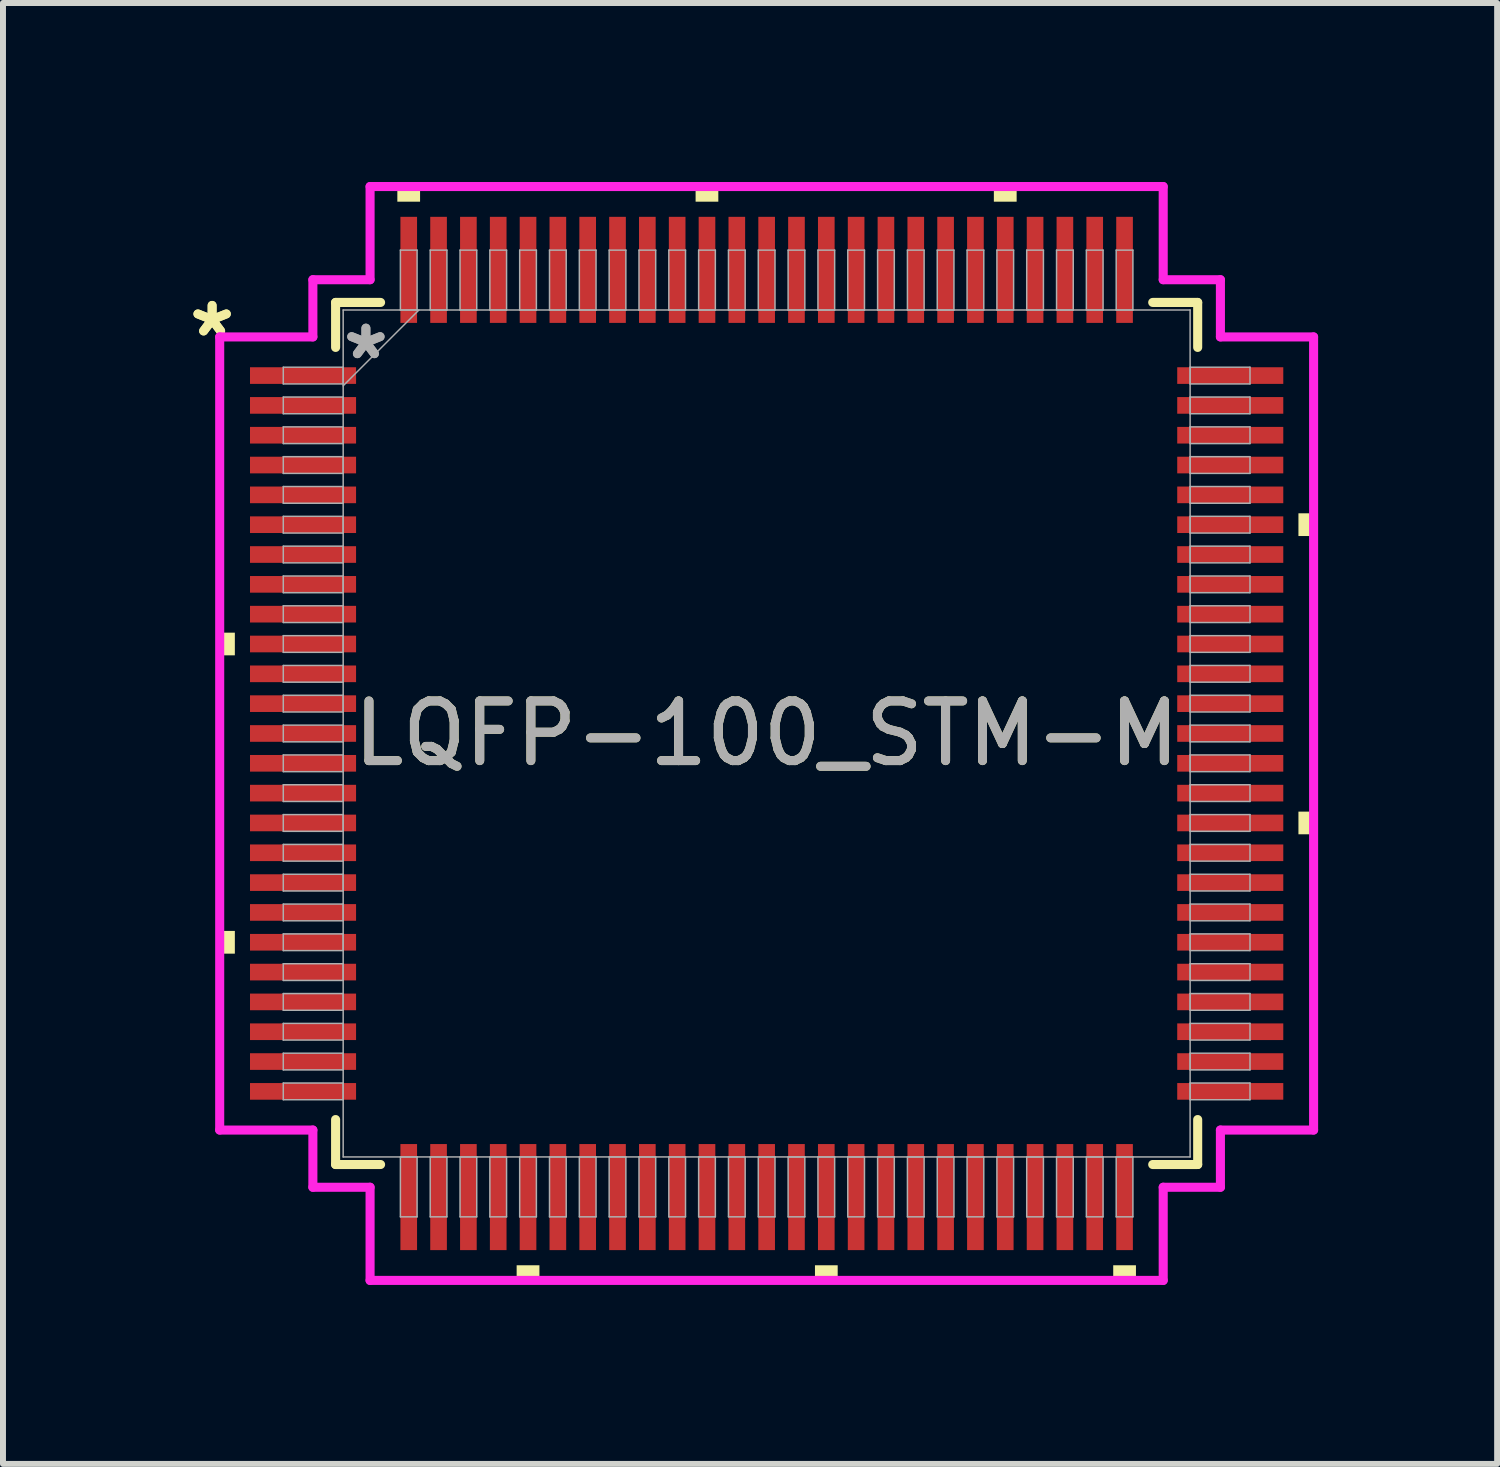
<source format=kicad_pcb>
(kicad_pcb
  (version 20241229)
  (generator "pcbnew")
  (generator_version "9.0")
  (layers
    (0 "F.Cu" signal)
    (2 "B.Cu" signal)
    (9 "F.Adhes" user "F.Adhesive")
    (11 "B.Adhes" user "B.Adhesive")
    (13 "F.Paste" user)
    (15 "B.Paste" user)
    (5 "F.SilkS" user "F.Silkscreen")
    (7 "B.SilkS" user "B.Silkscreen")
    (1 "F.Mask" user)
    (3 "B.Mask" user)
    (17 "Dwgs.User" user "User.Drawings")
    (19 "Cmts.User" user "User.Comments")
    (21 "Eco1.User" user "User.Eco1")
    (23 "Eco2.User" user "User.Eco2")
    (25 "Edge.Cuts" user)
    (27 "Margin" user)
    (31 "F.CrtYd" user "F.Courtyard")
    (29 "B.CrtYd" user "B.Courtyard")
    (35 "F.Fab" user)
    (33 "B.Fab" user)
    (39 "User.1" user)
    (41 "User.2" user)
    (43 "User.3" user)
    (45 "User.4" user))
  (footprint "LQFP-100_STM-M"
    (layer "F.Cu")
    (at 9.802 9.246)
    (property "Reference" "LQFP-100_STM-M" (at 0 0 0) (unlocked yes) (layer "F.SilkS") (effects (font (size 1 1) (thickness 0.15))))
    (attr smd)
    (fp_line (start -7.226 -7.226) (end -7.226 -6.472) (stroke (width 0.152) (type solid)) (layer "F.SilkS"))
    (fp_line (start -7.226 6.472) (end -7.226 7.226) (stroke (width 0.152) (type solid)) (layer "F.SilkS"))
    (fp_line (start -7.226 7.226) (end -6.472 7.226) (stroke (width 0.152) (type solid)) (layer "F.SilkS"))
    (fp_line (start -6.472 -7.226) (end -7.226 -7.226) (stroke (width 0.152) (type solid)) (layer "F.SilkS"))
    (fp_line (start 6.472 7.226) (end 7.226 7.226) (stroke (width 0.152) (type solid)) (layer "F.SilkS"))
    (fp_line (start 7.226 -7.226) (end 6.472 -7.226) (stroke (width 0.152) (type solid)) (layer "F.SilkS"))
    (fp_line (start 7.226 -6.472) (end 7.226 -7.226) (stroke (width 0.152) (type solid)) (layer "F.SilkS"))
    (fp_line (start 7.226 7.226) (end 7.226 6.472) (stroke (width 0.152) (type solid)) (layer "F.SilkS"))
    (fp_poly (pts (xy -9.169 -1.69) (xy -9.169 -1.31) (xy -8.915 -1.31) (xy -8.915 -1.69)) (stroke (width 0) (type solid)) (fill yes) (layer "F.SilkS"))
    (fp_poly (pts (xy -9.169 3.31) (xy -9.169 3.691) (xy -8.915 3.691) (xy -8.915 3.31)) (stroke (width 0) (type solid)) (fill yes) (layer "F.SilkS"))
    (fp_poly (pts (xy -6.191 -8.915) (xy -6.191 -9.169) (xy -5.81 -9.169) (xy -5.81 -8.915)) (stroke (width 0) (type solid)) (fill yes) (layer "F.SilkS"))
    (fp_poly (pts (xy -4.191 8.915) (xy -4.191 9.169) (xy -3.809 9.169) (xy -3.809 8.915)) (stroke (width 0) (type solid)) (fill yes) (layer "F.SilkS"))
    (fp_poly (pts (xy -1.191 -8.915) (xy -1.191 -9.169) (xy -0.81 -9.169) (xy -0.81 -8.915)) (stroke (width 0) (type solid)) (fill yes) (layer "F.SilkS"))
    (fp_poly (pts (xy 0.81 8.915) (xy 0.81 9.169) (xy 1.191 9.169) (xy 1.191 8.915)) (stroke (width 0) (type solid)) (fill yes) (layer "F.SilkS"))
    (fp_poly (pts (xy 3.809 -8.915) (xy 3.809 -9.169) (xy 4.191 -9.169) (xy 4.191 -8.915)) (stroke (width 0) (type solid)) (fill yes) (layer "F.SilkS"))
    (fp_poly (pts (xy 5.81 8.915) (xy 5.81 9.169) (xy 6.191 9.169) (xy 6.191 8.915)) (stroke (width 0) (type solid)) (fill yes) (layer "F.SilkS"))
    (fp_poly (pts (xy 9.169 -3.691) (xy 9.169 -3.31) (xy 8.915 -3.31) (xy 8.915 -3.691)) (stroke (width 0) (type solid)) (fill yes) (layer "F.SilkS"))
    (fp_poly (pts (xy 9.169 1.31) (xy 9.169 1.69) (xy 8.915 1.69) (xy 8.915 1.31)) (stroke (width 0) (type solid)) (fill yes) (layer "F.SilkS"))
    (fp_line (start -9.169 -6.648) (end -7.607 -6.648) (stroke (width 0.152) (type solid)) (layer "F.CrtYd"))
    (fp_line (start -9.169 6.648) (end -9.169 -6.648) (stroke (width 0.152) (type solid)) (layer "F.CrtYd"))
    (fp_line (start -7.607 -7.607) (end -6.648 -7.607) (stroke (width 0.152) (type solid)) (layer "F.CrtYd"))
    (fp_line (start -7.607 -6.648) (end -7.607 -7.607) (stroke (width 0.152) (type solid)) (layer "F.CrtYd"))
    (fp_line (start -7.607 6.648) (end -9.169 6.648) (stroke (width 0.152) (type solid)) (layer "F.CrtYd"))
    (fp_line (start -7.607 7.607) (end -7.607 6.648) (stroke (width 0.152) (type solid)) (layer "F.CrtYd"))
    (fp_line (start -7.607 7.607) (end -6.648 7.607) (stroke (width 0.152) (type solid)) (layer "F.CrtYd"))
    (fp_line (start -6.648 -9.169) (end 6.648 -9.169) (stroke (width 0.152) (type solid)) (layer "F.CrtYd"))
    (fp_line (start -6.648 -7.607) (end -6.648 -9.169) (stroke (width 0.152) (type solid)) (layer "F.CrtYd"))
    (fp_line (start -6.648 7.607) (end -6.648 9.169) (stroke (width 0.152) (type solid)) (layer "F.CrtYd"))
    (fp_line (start -6.648 9.169) (end 6.648 9.169) (stroke (width 0.152) (type solid)) (layer "F.CrtYd"))
    (fp_line (start 6.648 -9.169) (end 6.648 -7.607) (stroke (width 0.152) (type solid)) (layer "F.CrtYd"))
    (fp_line (start 6.648 -7.607) (end 7.607 -7.607) (stroke (width 0.152) (type solid)) (layer "F.CrtYd"))
    (fp_line (start 6.648 7.607) (end 7.607 7.607) (stroke (width 0.152) (type solid)) (layer "F.CrtYd"))
    (fp_line (start 6.648 9.169) (end 6.648 7.607) (stroke (width 0.152) (type solid)) (layer "F.CrtYd"))
    (fp_line (start 7.607 -6.648) (end 7.607 -7.607) (stroke (width 0.152) (type solid)) (layer "F.CrtYd"))
    (fp_line (start 7.607 6.648) (end 9.169 6.648) (stroke (width 0.152) (type solid)) (layer "F.CrtYd"))
    (fp_line (start 7.607 7.607) (end 7.607 6.648) (stroke (width 0.152) (type solid)) (layer "F.CrtYd"))
    (fp_line (start 9.169 -6.648) (end 7.607 -6.648) (stroke (width 0.152) (type solid)) (layer "F.CrtYd"))
    (fp_line (start 9.169 6.648) (end 9.169 -6.648) (stroke (width 0.152) (type solid)) (layer "F.CrtYd"))
    (fp_line (start -8.103 -6.14) (end -8.103 -5.86) (stroke (width 0.025) (type solid)) (layer "F.Fab"))
    (fp_line (start -8.103 -5.86) (end -7.099 -5.86) (stroke (width 0.025) (type solid)) (layer "F.Fab"))
    (fp_line (start -8.103 -5.64) (end -8.103 -5.36) (stroke (width 0.025) (type solid)) (layer "F.Fab"))
    (fp_line (start -8.103 -5.36) (end -7.099 -5.36) (stroke (width 0.025) (type solid)) (layer "F.Fab"))
    (fp_line (start -8.103 -5.14) (end -8.103 -4.86) (stroke (width 0.025) (type solid)) (layer "F.Fab"))
    (fp_line (start -8.103 -4.86) (end -7.099 -4.86) (stroke (width 0.025) (type solid)) (layer "F.Fab"))
    (fp_line (start -8.103 -4.64) (end -8.103 -4.36) (stroke (width 0.025) (type solid)) (layer "F.Fab"))
    (fp_line (start -8.103 -4.36) (end -7.099 -4.36) (stroke (width 0.025) (type solid)) (layer "F.Fab"))
    (fp_line (start -8.103 -4.14) (end -8.103 -3.86) (stroke (width 0.025) (type solid)) (layer "F.Fab"))
    (fp_line (start -8.103 -3.86) (end -7.099 -3.86) (stroke (width 0.025) (type solid)) (layer "F.Fab"))
    (fp_line (start -8.103 -3.64) (end -8.103 -3.36) (stroke (width 0.025) (type solid)) (layer "F.Fab"))
    (fp_line (start -8.103 -3.36) (end -7.099 -3.36) (stroke (width 0.025) (type solid)) (layer "F.Fab"))
    (fp_line (start -8.103 -3.14) (end -8.103 -2.86) (stroke (width 0.025) (type solid)) (layer "F.Fab"))
    (fp_line (start -8.103 -2.86) (end -7.099 -2.86) (stroke (width 0.025) (type solid)) (layer "F.Fab"))
    (fp_line (start -8.103 -2.64) (end -8.103 -2.36) (stroke (width 0.025) (type solid)) (layer "F.Fab"))
    (fp_line (start -8.103 -2.36) (end -7.099 -2.36) (stroke (width 0.025) (type solid)) (layer "F.Fab"))
    (fp_line (start -8.103 -2.14) (end -8.103 -1.86) (stroke (width 0.025) (type solid)) (layer "F.Fab"))
    (fp_line (start -8.103 -1.86) (end -7.099 -1.86) (stroke (width 0.025) (type solid)) (layer "F.Fab"))
    (fp_line (start -8.103 -1.64) (end -8.103 -1.36) (stroke (width 0.025) (type solid)) (layer "F.Fab"))
    (fp_line (start -8.103 -1.36) (end -7.099 -1.36) (stroke (width 0.025) (type solid)) (layer "F.Fab"))
    (fp_line (start -8.103 -1.14) (end -8.103 -0.86) (stroke (width 0.025) (type solid)) (layer "F.Fab"))
    (fp_line (start -8.103 -0.86) (end -7.099 -0.86) (stroke (width 0.025) (type solid)) (layer "F.Fab"))
    (fp_line (start -8.103 -0.64) (end -8.103 -0.36) (stroke (width 0.025) (type solid)) (layer "F.Fab"))
    (fp_line (start -8.103 -0.36) (end -7.099 -0.36) (stroke (width 0.025) (type solid)) (layer "F.Fab"))
    (fp_line (start -8.103 -0.14) (end -8.103 0.14) (stroke (width 0.025) (type solid)) (layer "F.Fab"))
    (fp_line (start -8.103 0.14) (end -7.099 0.14) (stroke (width 0.025) (type solid)) (layer "F.Fab"))
    (fp_line (start -8.103 0.36) (end -8.103 0.64) (stroke (width 0.025) (type solid)) (layer "F.Fab"))
    (fp_line (start -8.103 0.64) (end -7.099 0.64) (stroke (width 0.025) (type solid)) (layer "F.Fab"))
    (fp_line (start -8.103 0.86) (end -8.103 1.14) (stroke (width 0.025) (type solid)) (layer "F.Fab"))
    (fp_line (start -8.103 1.14) (end -7.099 1.14) (stroke (width 0.025) (type solid)) (layer "F.Fab"))
    (fp_line (start -8.103 1.36) (end -8.103 1.64) (stroke (width 0.025) (type solid)) (layer "F.Fab"))
    (fp_line (start -8.103 1.64) (end -7.099 1.64) (stroke (width 0.025) (type solid)) (layer "F.Fab"))
    (fp_line (start -8.103 1.86) (end -8.103 2.14) (stroke (width 0.025) (type solid)) (layer "F.Fab"))
    (fp_line (start -8.103 2.14) (end -7.099 2.14) (stroke (width 0.025) (type solid)) (layer "F.Fab"))
    (fp_line (start -8.103 2.36) (end -8.103 2.64) (stroke (width 0.025) (type solid)) (layer "F.Fab"))
    (fp_line (start -8.103 2.64) (end -7.099 2.64) (stroke (width 0.025) (type solid)) (layer "F.Fab"))
    (fp_line (start -8.103 2.86) (end -8.103 3.14) (stroke (width 0.025) (type solid)) (layer "F.Fab"))
    (fp_line (start -8.103 3.14) (end -7.099 3.14) (stroke (width 0.025) (type solid)) (layer "F.Fab"))
    (fp_line (start -8.103 3.36) (end -8.103 3.64) (stroke (width 0.025) (type solid)) (layer "F.Fab"))
    (fp_line (start -8.103 3.64) (end -7.099 3.64) (stroke (width 0.025) (type solid)) (layer "F.Fab"))
    (fp_line (start -8.103 3.86) (end -8.103 4.14) (stroke (width 0.025) (type solid)) (layer "F.Fab"))
    (fp_line (start -8.103 4.14) (end -7.099 4.14) (stroke (width 0.025) (type solid)) (layer "F.Fab"))
    (fp_line (start -8.103 4.36) (end -8.103 4.64) (stroke (width 0.025) (type solid)) (layer "F.Fab"))
    (fp_line (start -8.103 4.64) (end -7.099 4.64) (stroke (width 0.025) (type solid)) (layer "F.Fab"))
    (fp_line (start -8.103 4.86) (end -8.103 5.14) (stroke (width 0.025) (type solid)) (layer "F.Fab"))
    (fp_line (start -8.103 5.14) (end -7.099 5.14) (stroke (width 0.025) (type solid)) (layer "F.Fab"))
    (fp_line (start -8.103 5.36) (end -8.103 5.64) (stroke (width 0.025) (type solid)) (layer "F.Fab"))
    (fp_line (start -8.103 5.64) (end -7.099 5.64) (stroke (width 0.025) (type solid)) (layer "F.Fab"))
    (fp_line (start -8.103 5.86) (end -8.103 6.14) (stroke (width 0.025) (type solid)) (layer "F.Fab"))
    (fp_line (start -8.103 6.14) (end -7.099 6.14) (stroke (width 0.025) (type solid)) (layer "F.Fab"))
    (fp_line (start -7.099 -7.099) (end -7.099 7.099) (stroke (width 0.025) (type solid)) (layer "F.Fab"))
    (fp_line (start -7.099 -6.14) (end -8.103 -6.14) (stroke (width 0.025) (type solid)) (layer "F.Fab"))
    (fp_line (start -7.099 -5.86) (end -7.099 -6.14) (stroke (width 0.025) (type solid)) (layer "F.Fab"))
    (fp_line (start -7.099 -5.829) (end -5.829 -7.099) (stroke (width 0.025) (type solid)) (layer "F.Fab"))
    (fp_line (start -7.099 -5.64) (end -8.103 -5.64) (stroke (width 0.025) (type solid)) (layer "F.Fab"))
    (fp_line (start -7.099 -5.36) (end -7.099 -5.64) (stroke (width 0.025) (type solid)) (layer "F.Fab"))
    (fp_line (start -7.099 -5.14) (end -8.103 -5.14) (stroke (width 0.025) (type solid)) (layer "F.Fab"))
    (fp_line (start -7.099 -4.86) (end -7.099 -5.14) (stroke (width 0.025) (type solid)) (layer "F.Fab"))
    (fp_line (start -7.099 -4.64) (end -8.103 -4.64) (stroke (width 0.025) (type solid)) (layer "F.Fab"))
    (fp_line (start -7.099 -4.36) (end -7.099 -4.64) (stroke (width 0.025) (type solid)) (layer "F.Fab"))
    (fp_line (start -7.099 -4.14) (end -8.103 -4.14) (stroke (width 0.025) (type solid)) (layer "F.Fab"))
    (fp_line (start -7.099 -3.86) (end -7.099 -4.14) (stroke (width 0.025) (type solid)) (layer "F.Fab"))
    (fp_line (start -7.099 -3.64) (end -8.103 -3.64) (stroke (width 0.025) (type solid)) (layer "F.Fab"))
    (fp_line (start -7.099 -3.36) (end -7.099 -3.64) (stroke (width 0.025) (type solid)) (layer "F.Fab"))
    (fp_line (start -7.099 -3.14) (end -8.103 -3.14) (stroke (width 0.025) (type solid)) (layer "F.Fab"))
    (fp_line (start -7.099 -2.86) (end -7.099 -3.14) (stroke (width 0.025) (type solid)) (layer "F.Fab"))
    (fp_line (start -7.099 -2.64) (end -8.103 -2.64) (stroke (width 0.025) (type solid)) (layer "F.Fab"))
    (fp_line (start -7.099 -2.36) (end -7.099 -2.64) (stroke (width 0.025) (type solid)) (layer "F.Fab"))
    (fp_line (start -7.099 -2.14) (end -8.103 -2.14) (stroke (width 0.025) (type solid)) (layer "F.Fab"))
    (fp_line (start -7.099 -1.86) (end -7.099 -2.14) (stroke (width 0.025) (type solid)) (layer "F.Fab"))
    (fp_line (start -7.099 -1.64) (end -8.103 -1.64) (stroke (width 0.025) (type solid)) (layer "F.Fab"))
    (fp_line (start -7.099 -1.36) (end -7.099 -1.64) (stroke (width 0.025) (type solid)) (layer "F.Fab"))
    (fp_line (start -7.099 -1.14) (end -8.103 -1.14) (stroke (width 0.025) (type solid)) (layer "F.Fab"))
    (fp_line (start -7.099 -0.86) (end -7.099 -1.14) (stroke (width 0.025) (type solid)) (layer "F.Fab"))
    (fp_line (start -7.099 -0.64) (end -8.103 -0.64) (stroke (width 0.025) (type solid)) (layer "F.Fab"))
    (fp_line (start -7.099 -0.36) (end -7.099 -0.64) (stroke (width 0.025) (type solid)) (layer "F.Fab"))
    (fp_line (start -7.099 -0.14) (end -8.103 -0.14) (stroke (width 0.025) (type solid)) (layer "F.Fab"))
    (fp_line (start -7.099 0.14) (end -7.099 -0.14) (stroke (width 0.025) (type solid)) (layer "F.Fab"))
    (fp_line (start -7.099 0.36) (end -8.103 0.36) (stroke (width 0.025) (type solid)) (layer "F.Fab"))
    (fp_line (start -7.099 0.64) (end -7.099 0.36) (stroke (width 0.025) (type solid)) (layer "F.Fab"))
    (fp_line (start -7.099 0.86) (end -8.103 0.86) (stroke (width 0.025) (type solid)) (layer "F.Fab"))
    (fp_line (start -7.099 1.14) (end -7.099 0.86) (stroke (width 0.025) (type solid)) (layer "F.Fab"))
    (fp_line (start -7.099 1.36) (end -8.103 1.36) (stroke (width 0.025) (type solid)) (layer "F.Fab"))
    (fp_line (start -7.099 1.64) (end -7.099 1.36) (stroke (width 0.025) (type solid)) (layer "F.Fab"))
    (fp_line (start -7.099 1.86) (end -8.103 1.86) (stroke (width 0.025) (type solid)) (layer "F.Fab"))
    (fp_line (start -7.099 2.14) (end -7.099 1.86) (stroke (width 0.025) (type solid)) (layer "F.Fab"))
    (fp_line (start -7.099 2.36) (end -8.103 2.36) (stroke (width 0.025) (type solid)) (layer "F.Fab"))
    (fp_line (start -7.099 2.64) (end -7.099 2.36) (stroke (width 0.025) (type solid)) (layer "F.Fab"))
    (fp_line (start -7.099 2.86) (end -8.103 2.86) (stroke (width 0.025) (type solid)) (layer "F.Fab"))
    (fp_line (start -7.099 3.14) (end -7.099 2.86) (stroke (width 0.025) (type solid)) (layer "F.Fab"))
    (fp_line (start -7.099 3.36) (end -8.103 3.36) (stroke (width 0.025) (type solid)) (layer "F.Fab"))
    (fp_line (start -7.099 3.64) (end -7.099 3.36) (stroke (width 0.025) (type solid)) (layer "F.Fab"))
    (fp_line (start -7.099 3.86) (end -8.103 3.86) (stroke (width 0.025) (type solid)) (layer "F.Fab"))
    (fp_line (start -7.099 4.14) (end -7.099 3.86) (stroke (width 0.025) (type solid)) (layer "F.Fab"))
    (fp_line (start -7.099 4.36) (end -8.103 4.36) (stroke (width 0.025) (type solid)) (layer "F.Fab"))
    (fp_line (start -7.099 4.64) (end -7.099 4.36) (stroke (width 0.025) (type solid)) (layer "F.Fab"))
    (fp_line (start -7.099 4.86) (end -8.103 4.86) (stroke (width 0.025) (type solid)) (layer "F.Fab"))
    (fp_line (start -7.099 5.14) (end -7.099 4.86) (stroke (width 0.025) (type solid)) (layer "F.Fab"))
    (fp_line (start -7.099 5.36) (end -8.103 5.36) (stroke (width 0.025) (type solid)) (layer "F.Fab"))
    (fp_line (start -7.099 5.64) (end -7.099 5.36) (stroke (width 0.025) (type solid)) (layer "F.Fab"))
    (fp_line (start -7.099 5.86) (end -8.103 5.86) (stroke (width 0.025) (type solid)) (layer "F.Fab"))
    (fp_line (start -7.099 6.14) (end -7.099 5.86) (stroke (width 0.025) (type solid)) (layer "F.Fab"))
    (fp_line (start -7.099 7.099) (end 7.099 7.099) (stroke (width 0.025) (type solid)) (layer "F.Fab"))
    (fp_line (start -6.14 -8.103) (end -6.14 -7.099) (stroke (width 0.025) (type solid)) (layer "F.Fab"))
    (fp_line (start -6.14 -7.099) (end -5.86 -7.099) (stroke (width 0.025) (type solid)) (layer "F.Fab"))
    (fp_line (start -6.14 7.099) (end -6.14 8.103) (stroke (width 0.025) (type solid)) (layer "F.Fab"))
    (fp_line (start -6.14 8.103) (end -5.86 8.103) (stroke (width 0.025) (type solid)) (layer "F.Fab"))
    (fp_line (start -5.86 -8.103) (end -6.14 -8.103) (stroke (width 0.025) (type solid)) (layer "F.Fab"))
    (fp_line (start -5.86 -7.099) (end -5.86 -8.103) (stroke (width 0.025) (type solid)) (layer "F.Fab"))
    (fp_line (start -5.86 7.099) (end -6.14 7.099) (stroke (width 0.025) (type solid)) (layer "F.Fab"))
    (fp_line (start -5.86 8.103) (end -5.86 7.099) (stroke (width 0.025) (type solid)) (layer "F.Fab"))
    (fp_line (start -5.64 -8.103) (end -5.64 -7.099) (stroke (width 0.025) (type solid)) (layer "F.Fab"))
    (fp_line (start -5.64 -7.099) (end -5.36 -7.099) (stroke (width 0.025) (type solid)) (layer "F.Fab"))
    (fp_line (start -5.64 7.099) (end -5.64 8.103) (stroke (width 0.025) (type solid)) (layer "F.Fab"))
    (fp_line (start -5.64 8.103) (end -5.36 8.103) (stroke (width 0.025) (type solid)) (layer "F.Fab"))
    (fp_line (start -5.36 -8.103) (end -5.64 -8.103) (stroke (width 0.025) (type solid)) (layer "F.Fab"))
    (fp_line (start -5.36 -7.099) (end -5.36 -8.103) (stroke (width 0.025) (type solid)) (layer "F.Fab"))
    (fp_line (start -5.36 7.099) (end -5.64 7.099) (stroke (width 0.025) (type solid)) (layer "F.Fab"))
    (fp_line (start -5.36 8.103) (end -5.36 7.099) (stroke (width 0.025) (type solid)) (layer "F.Fab"))
    (fp_line (start -5.14 -8.103) (end -5.14 -7.099) (stroke (width 0.025) (type solid)) (layer "F.Fab"))
    (fp_line (start -5.14 -7.099) (end -4.86 -7.099) (stroke (width 0.025) (type solid)) (layer "F.Fab"))
    (fp_line (start -5.14 7.099) (end -5.14 8.103) (stroke (width 0.025) (type solid)) (layer "F.Fab"))
    (fp_line (start -5.14 8.103) (end -4.86 8.103) (stroke (width 0.025) (type solid)) (layer "F.Fab"))
    (fp_line (start -4.86 -8.103) (end -5.14 -8.103) (stroke (width 0.025) (type solid)) (layer "F.Fab"))
    (fp_line (start -4.86 -7.099) (end -4.86 -8.103) (stroke (width 0.025) (type solid)) (layer "F.Fab"))
    (fp_line (start -4.86 7.099) (end -5.14 7.099) (stroke (width 0.025) (type solid)) (layer "F.Fab"))
    (fp_line (start -4.86 8.103) (end -4.86 7.099) (stroke (width 0.025) (type solid)) (layer "F.Fab"))
    (fp_line (start -4.64 -8.103) (end -4.64 -7.099) (stroke (width 0.025) (type solid)) (layer "F.Fab"))
    (fp_line (start -4.64 -7.099) (end -4.36 -7.099) (stroke (width 0.025) (type solid)) (layer "F.Fab"))
    (fp_line (start -4.64 7.099) (end -4.64 8.103) (stroke (width 0.025) (type solid)) (layer "F.Fab"))
    (fp_line (start -4.64 8.103) (end -4.36 8.103) (stroke (width 0.025) (type solid)) (layer "F.Fab"))
    (fp_line (start -4.36 -8.103) (end -4.64 -8.103) (stroke (width 0.025) (type solid)) (layer "F.Fab"))
    (fp_line (start -4.36 -7.099) (end -4.36 -8.103) (stroke (width 0.025) (type solid)) (layer "F.Fab"))
    (fp_line (start -4.36 7.099) (end -4.64 7.099) (stroke (width 0.025) (type solid)) (layer "F.Fab"))
    (fp_line (start -4.36 8.103) (end -4.36 7.099) (stroke (width 0.025) (type solid)) (layer "F.Fab"))
    (fp_line (start -4.14 -8.103) (end -4.14 -7.099) (stroke (width 0.025) (type solid)) (layer "F.Fab"))
    (fp_line (start -4.14 -7.099) (end -3.86 -7.099) (stroke (width 0.025) (type solid)) (layer "F.Fab"))
    (fp_line (start -4.14 7.099) (end -4.14 8.103) (stroke (width 0.025) (type solid)) (layer "F.Fab"))
    (fp_line (start -4.14 8.103) (end -3.86 8.103) (stroke (width 0.025) (type solid)) (layer "F.Fab"))
    (fp_line (start -3.86 -8.103) (end -4.14 -8.103) (stroke (width 0.025) (type solid)) (layer "F.Fab"))
    (fp_line (start -3.86 -7.099) (end -3.86 -8.103) (stroke (width 0.025) (type solid)) (layer "F.Fab"))
    (fp_line (start -3.86 7.099) (end -4.14 7.099) (stroke (width 0.025) (type solid)) (layer "F.Fab"))
    (fp_line (start -3.86 8.103) (end -3.86 7.099) (stroke (width 0.025) (type solid)) (layer "F.Fab"))
    (fp_line (start -3.64 -8.103) (end -3.64 -7.099) (stroke (width 0.025) (type solid)) (layer "F.Fab"))
    (fp_line (start -3.64 -7.099) (end -3.36 -7.099) (stroke (width 0.025) (type solid)) (layer "F.Fab"))
    (fp_line (start -3.64 7.099) (end -3.64 8.103) (stroke (width 0.025) (type solid)) (layer "F.Fab"))
    (fp_line (start -3.64 8.103) (end -3.36 8.103) (stroke (width 0.025) (type solid)) (layer "F.Fab"))
    (fp_line (start -3.36 -8.103) (end -3.64 -8.103) (stroke (width 0.025) (type solid)) (layer "F.Fab"))
    (fp_line (start -3.36 -7.099) (end -3.36 -8.103) (stroke (width 0.025) (type solid)) (layer "F.Fab"))
    (fp_line (start -3.36 7.099) (end -3.64 7.099) (stroke (width 0.025) (type solid)) (layer "F.Fab"))
    (fp_line (start -3.36 8.103) (end -3.36 7.099) (stroke (width 0.025) (type solid)) (layer "F.Fab"))
    (fp_line (start -3.14 -8.103) (end -3.14 -7.099) (stroke (width 0.025) (type solid)) (layer "F.Fab"))
    (fp_line (start -3.14 -7.099) (end -2.86 -7.099) (stroke (width 0.025) (type solid)) (layer "F.Fab"))
    (fp_line (start -3.14 7.099) (end -3.14 8.103) (stroke (width 0.025) (type solid)) (layer "F.Fab"))
    (fp_line (start -3.14 8.103) (end -2.86 8.103) (stroke (width 0.025) (type solid)) (layer "F.Fab"))
    (fp_line (start -2.86 -8.103) (end -3.14 -8.103) (stroke (width 0.025) (type solid)) (layer "F.Fab"))
    (fp_line (start -2.86 -7.099) (end -2.86 -8.103) (stroke (width 0.025) (type solid)) (layer "F.Fab"))
    (fp_line (start -2.86 7.099) (end -3.14 7.099) (stroke (width 0.025) (type solid)) (layer "F.Fab"))
    (fp_line (start -2.86 8.103) (end -2.86 7.099) (stroke (width 0.025) (type solid)) (layer "F.Fab"))
    (fp_line (start -2.64 -8.103) (end -2.64 -7.099) (stroke (width 0.025) (type solid)) (layer "F.Fab"))
    (fp_line (start -2.64 -7.099) (end -2.36 -7.099) (stroke (width 0.025) (type solid)) (layer "F.Fab"))
    (fp_line (start -2.64 7.099) (end -2.64 8.103) (stroke (width 0.025) (type solid)) (layer "F.Fab"))
    (fp_line (start -2.64 8.103) (end -2.36 8.103) (stroke (width 0.025) (type solid)) (layer "F.Fab"))
    (fp_line (start -2.36 -8.103) (end -2.64 -8.103) (stroke (width 0.025) (type solid)) (layer "F.Fab"))
    (fp_line (start -2.36 -7.099) (end -2.36 -8.103) (stroke (width 0.025) (type solid)) (layer "F.Fab"))
    (fp_line (start -2.36 7.099) (end -2.64 7.099) (stroke (width 0.025) (type solid)) (layer "F.Fab"))
    (fp_line (start -2.36 8.103) (end -2.36 7.099) (stroke (width 0.025) (type solid)) (layer "F.Fab"))
    (fp_line (start -2.14 -8.103) (end -2.14 -7.099) (stroke (width 0.025) (type solid)) (layer "F.Fab"))
    (fp_line (start -2.14 -7.099) (end -1.86 -7.099) (stroke (width 0.025) (type solid)) (layer "F.Fab"))
    (fp_line (start -2.14 7.099) (end -2.14 8.103) (stroke (width 0.025) (type solid)) (layer "F.Fab"))
    (fp_line (start -2.14 8.103) (end -1.86 8.103) (stroke (width 0.025) (type solid)) (layer "F.Fab"))
    (fp_line (start -1.86 -8.103) (end -2.14 -8.103) (stroke (width 0.025) (type solid)) (layer "F.Fab"))
    (fp_line (start -1.86 -7.099) (end -1.86 -8.103) (stroke (width 0.025) (type solid)) (layer "F.Fab"))
    (fp_line (start -1.86 7.099) (end -2.14 7.099) (stroke (width 0.025) (type solid)) (layer "F.Fab"))
    (fp_line (start -1.86 8.103) (end -1.86 7.099) (stroke (width 0.025) (type solid)) (layer "F.Fab"))
    (fp_line (start -1.64 -8.103) (end -1.64 -7.099) (stroke (width 0.025) (type solid)) (layer "F.Fab"))
    (fp_line (start -1.64 -7.099) (end -1.36 -7.099) (stroke (width 0.025) (type solid)) (layer "F.Fab"))
    (fp_line (start -1.64 7.099) (end -1.64 8.103) (stroke (width 0.025) (type solid)) (layer "F.Fab"))
    (fp_line (start -1.64 8.103) (end -1.36 8.103) (stroke (width 0.025) (type solid)) (layer "F.Fab"))
    (fp_line (start -1.36 -8.103) (end -1.64 -8.103) (stroke (width 0.025) (type solid)) (layer "F.Fab"))
    (fp_line (start -1.36 -7.099) (end -1.36 -8.103) (stroke (width 0.025) (type solid)) (layer "F.Fab"))
    (fp_line (start -1.36 7.099) (end -1.64 7.099) (stroke (width 0.025) (type solid)) (layer "F.Fab"))
    (fp_line (start -1.36 8.103) (end -1.36 7.099) (stroke (width 0.025) (type solid)) (layer "F.Fab"))
    (fp_line (start -1.14 -8.103) (end -1.14 -7.099) (stroke (width 0.025) (type solid)) (layer "F.Fab"))
    (fp_line (start -1.14 -7.099) (end -0.86 -7.099) (stroke (width 0.025) (type solid)) (layer "F.Fab"))
    (fp_line (start -1.14 7.099) (end -1.14 8.103) (stroke (width 0.025) (type solid)) (layer "F.Fab"))
    (fp_line (start -1.14 8.103) (end -0.86 8.103) (stroke (width 0.025) (type solid)) (layer "F.Fab"))
    (fp_line (start -0.86 -8.103) (end -1.14 -8.103) (stroke (width 0.025) (type solid)) (layer "F.Fab"))
    (fp_line (start -0.86 -7.099) (end -0.86 -8.103) (stroke (width 0.025) (type solid)) (layer "F.Fab"))
    (fp_line (start -0.86 7.099) (end -1.14 7.099) (stroke (width 0.025) (type solid)) (layer "F.Fab"))
    (fp_line (start -0.86 8.103) (end -0.86 7.099) (stroke (width 0.025) (type solid)) (layer "F.Fab"))
    (fp_line (start -0.64 -8.103) (end -0.64 -7.099) (stroke (width 0.025) (type solid)) (layer "F.Fab"))
    (fp_line (start -0.64 -7.099) (end -0.36 -7.099) (stroke (width 0.025) (type solid)) (layer "F.Fab"))
    (fp_line (start -0.64 7.099) (end -0.64 8.103) (stroke (width 0.025) (type solid)) (layer "F.Fab"))
    (fp_line (start -0.64 8.103) (end -0.36 8.103) (stroke (width 0.025) (type solid)) (layer "F.Fab"))
    (fp_line (start -0.36 -8.103) (end -0.64 -8.103) (stroke (width 0.025) (type solid)) (layer "F.Fab"))
    (fp_line (start -0.36 -7.099) (end -0.36 -8.103) (stroke (width 0.025) (type solid)) (layer "F.Fab"))
    (fp_line (start -0.36 7.099) (end -0.64 7.099) (stroke (width 0.025) (type solid)) (layer "F.Fab"))
    (fp_line (start -0.36 8.103) (end -0.36 7.099) (stroke (width 0.025) (type solid)) (layer "F.Fab"))
    (fp_line (start -0.14 -8.103) (end -0.14 -7.099) (stroke (width 0.025) (type solid)) (layer "F.Fab"))
    (fp_line (start -0.14 -7.099) (end 0.14 -7.099) (stroke (width 0.025) (type solid)) (layer "F.Fab"))
    (fp_line (start -0.14 7.099) (end -0.14 8.103) (stroke (width 0.025) (type solid)) (layer "F.Fab"))
    (fp_line (start -0.14 8.103) (end 0.14 8.103) (stroke (width 0.025) (type solid)) (layer "F.Fab"))
    (fp_line (start 0.14 -8.103) (end -0.14 -8.103) (stroke (width 0.025) (type solid)) (layer "F.Fab"))
    (fp_line (start 0.14 -7.099) (end 0.14 -8.103) (stroke (width 0.025) (type solid)) (layer "F.Fab"))
    (fp_line (start 0.14 7.099) (end -0.14 7.099) (stroke (width 0.025) (type solid)) (layer "F.Fab"))
    (fp_line (start 0.14 8.103) (end 0.14 7.099) (stroke (width 0.025) (type solid)) (layer "F.Fab"))
    (fp_line (start 0.36 -8.103) (end 0.36 -7.099) (stroke (width 0.025) (type solid)) (layer "F.Fab"))
    (fp_line (start 0.36 -7.099) (end 0.64 -7.099) (stroke (width 0.025) (type solid)) (layer "F.Fab"))
    (fp_line (start 0.36 7.099) (end 0.36 8.103) (stroke (width 0.025) (type solid)) (layer "F.Fab"))
    (fp_line (start 0.36 8.103) (end 0.64 8.103) (stroke (width 0.025) (type solid)) (layer "F.Fab"))
    (fp_line (start 0.64 -8.103) (end 0.36 -8.103) (stroke (width 0.025) (type solid)) (layer "F.Fab"))
    (fp_line (start 0.64 -7.099) (end 0.64 -8.103) (stroke (width 0.025) (type solid)) (layer "F.Fab"))
    (fp_line (start 0.64 7.099) (end 0.36 7.099) (stroke (width 0.025) (type solid)) (layer "F.Fab"))
    (fp_line (start 0.64 8.103) (end 0.64 7.099) (stroke (width 0.025) (type solid)) (layer "F.Fab"))
    (fp_line (start 0.86 -8.103) (end 0.86 -7.099) (stroke (width 0.025) (type solid)) (layer "F.Fab"))
    (fp_line (start 0.86 -7.099) (end 1.14 -7.099) (stroke (width 0.025) (type solid)) (layer "F.Fab"))
    (fp_line (start 0.86 7.099) (end 0.86 8.103) (stroke (width 0.025) (type solid)) (layer "F.Fab"))
    (fp_line (start 0.86 8.103) (end 1.14 8.103) (stroke (width 0.025) (type solid)) (layer "F.Fab"))
    (fp_line (start 1.14 -8.103) (end 0.86 -8.103) (stroke (width 0.025) (type solid)) (layer "F.Fab"))
    (fp_line (start 1.14 -7.099) (end 1.14 -8.103) (stroke (width 0.025) (type solid)) (layer "F.Fab"))
    (fp_line (start 1.14 7.099) (end 0.86 7.099) (stroke (width 0.025) (type solid)) (layer "F.Fab"))
    (fp_line (start 1.14 8.103) (end 1.14 7.099) (stroke (width 0.025) (type solid)) (layer "F.Fab"))
    (fp_line (start 1.36 -8.103) (end 1.36 -7.099) (stroke (width 0.025) (type solid)) (layer "F.Fab"))
    (fp_line (start 1.36 -7.099) (end 1.64 -7.099) (stroke (width 0.025) (type solid)) (layer "F.Fab"))
    (fp_line (start 1.36 7.099) (end 1.36 8.103) (stroke (width 0.025) (type solid)) (layer "F.Fab"))
    (fp_line (start 1.36 8.103) (end 1.64 8.103) (stroke (width 0.025) (type solid)) (layer "F.Fab"))
    (fp_line (start 1.64 -8.103) (end 1.36 -8.103) (stroke (width 0.025) (type solid)) (layer "F.Fab"))
    (fp_line (start 1.64 -7.099) (end 1.64 -8.103) (stroke (width 0.025) (type solid)) (layer "F.Fab"))
    (fp_line (start 1.64 7.099) (end 1.36 7.099) (stroke (width 0.025) (type solid)) (layer "F.Fab"))
    (fp_line (start 1.64 8.103) (end 1.64 7.099) (stroke (width 0.025) (type solid)) (layer "F.Fab"))
    (fp_line (start 1.86 -8.103) (end 1.86 -7.099) (stroke (width 0.025) (type solid)) (layer "F.Fab"))
    (fp_line (start 1.86 -7.099) (end 2.14 -7.099) (stroke (width 0.025) (type solid)) (layer "F.Fab"))
    (fp_line (start 1.86 7.099) (end 1.86 8.103) (stroke (width 0.025) (type solid)) (layer "F.Fab"))
    (fp_line (start 1.86 8.103) (end 2.14 8.103) (stroke (width 0.025) (type solid)) (layer "F.Fab"))
    (fp_line (start 2.14 -8.103) (end 1.86 -8.103) (stroke (width 0.025) (type solid)) (layer "F.Fab"))
    (fp_line (start 2.14 -7.099) (end 2.14 -8.103) (stroke (width 0.025) (type solid)) (layer "F.Fab"))
    (fp_line (start 2.14 7.099) (end 1.86 7.099) (stroke (width 0.025) (type solid)) (layer "F.Fab"))
    (fp_line (start 2.14 8.103) (end 2.14 7.099) (stroke (width 0.025) (type solid)) (layer "F.Fab"))
    (fp_line (start 2.36 -8.103) (end 2.36 -7.099) (stroke (width 0.025) (type solid)) (layer "F.Fab"))
    (fp_line (start 2.36 -7.099) (end 2.64 -7.099) (stroke (width 0.025) (type solid)) (layer "F.Fab"))
    (fp_line (start 2.36 7.099) (end 2.36 8.103) (stroke (width 0.025) (type solid)) (layer "F.Fab"))
    (fp_line (start 2.36 8.103) (end 2.64 8.103) (stroke (width 0.025) (type solid)) (layer "F.Fab"))
    (fp_line (start 2.64 -8.103) (end 2.36 -8.103) (stroke (width 0.025) (type solid)) (layer "F.Fab"))
    (fp_line (start 2.64 -7.099) (end 2.64 -8.103) (stroke (width 0.025) (type solid)) (layer "F.Fab"))
    (fp_line (start 2.64 7.099) (end 2.36 7.099) (stroke (width 0.025) (type solid)) (layer "F.Fab"))
    (fp_line (start 2.64 8.103) (end 2.64 7.099) (stroke (width 0.025) (type solid)) (layer "F.Fab"))
    (fp_line (start 2.86 -8.103) (end 2.86 -7.099) (stroke (width 0.025) (type solid)) (layer "F.Fab"))
    (fp_line (start 2.86 -7.099) (end 3.14 -7.099) (stroke (width 0.025) (type solid)) (layer "F.Fab"))
    (fp_line (start 2.86 7.099) (end 2.86 8.103) (stroke (width 0.025) (type solid)) (layer "F.Fab"))
    (fp_line (start 2.86 8.103) (end 3.14 8.103) (stroke (width 0.025) (type solid)) (layer "F.Fab"))
    (fp_line (start 3.14 -8.103) (end 2.86 -8.103) (stroke (width 0.025) (type solid)) (layer "F.Fab"))
    (fp_line (start 3.14 -7.099) (end 3.14 -8.103) (stroke (width 0.025) (type solid)) (layer "F.Fab"))
    (fp_line (start 3.14 7.099) (end 2.86 7.099) (stroke (width 0.025) (type solid)) (layer "F.Fab"))
    (fp_line (start 3.14 8.103) (end 3.14 7.099) (stroke (width 0.025) (type solid)) (layer "F.Fab"))
    (fp_line (start 3.36 -8.103) (end 3.36 -7.099) (stroke (width 0.025) (type solid)) (layer "F.Fab"))
    (fp_line (start 3.36 -7.099) (end 3.64 -7.099) (stroke (width 0.025) (type solid)) (layer "F.Fab"))
    (fp_line (start 3.36 7.099) (end 3.36 8.103) (stroke (width 0.025) (type solid)) (layer "F.Fab"))
    (fp_line (start 3.36 8.103) (end 3.64 8.103) (stroke (width 0.025) (type solid)) (layer "F.Fab"))
    (fp_line (start 3.64 -8.103) (end 3.36 -8.103) (stroke (width 0.025) (type solid)) (layer "F.Fab"))
    (fp_line (start 3.64 -7.099) (end 3.64 -8.103) (stroke (width 0.025) (type solid)) (layer "F.Fab"))
    (fp_line (start 3.64 7.099) (end 3.36 7.099) (stroke (width 0.025) (type solid)) (layer "F.Fab"))
    (fp_line (start 3.64 8.103) (end 3.64 7.099) (stroke (width 0.025) (type solid)) (layer "F.Fab"))
    (fp_line (start 3.86 -8.103) (end 3.86 -7.099) (stroke (width 0.025) (type solid)) (layer "F.Fab"))
    (fp_line (start 3.86 -7.099) (end 4.14 -7.099) (stroke (width 0.025) (type solid)) (layer "F.Fab"))
    (fp_line (start 3.86 7.099) (end 3.86 8.103) (stroke (width 0.025) (type solid)) (layer "F.Fab"))
    (fp_line (start 3.86 8.103) (end 4.14 8.103) (stroke (width 0.025) (type solid)) (layer "F.Fab"))
    (fp_line (start 4.14 -8.103) (end 3.86 -8.103) (stroke (width 0.025) (type solid)) (layer "F.Fab"))
    (fp_line (start 4.14 -7.099) (end 4.14 -8.103) (stroke (width 0.025) (type solid)) (layer "F.Fab"))
    (fp_line (start 4.14 7.099) (end 3.86 7.099) (stroke (width 0.025) (type solid)) (layer "F.Fab"))
    (fp_line (start 4.14 8.103) (end 4.14 7.099) (stroke (width 0.025) (type solid)) (layer "F.Fab"))
    (fp_line (start 4.36 -8.103) (end 4.36 -7.099) (stroke (width 0.025) (type solid)) (layer "F.Fab"))
    (fp_line (start 4.36 -7.099) (end 4.64 -7.099) (stroke (width 0.025) (type solid)) (layer "F.Fab"))
    (fp_line (start 4.36 7.099) (end 4.36 8.103) (stroke (width 0.025) (type solid)) (layer "F.Fab"))
    (fp_line (start 4.36 8.103) (end 4.64 8.103) (stroke (width 0.025) (type solid)) (layer "F.Fab"))
    (fp_line (start 4.64 -8.103) (end 4.36 -8.103) (stroke (width 0.025) (type solid)) (layer "F.Fab"))
    (fp_line (start 4.64 -7.099) (end 4.64 -8.103) (stroke (width 0.025) (type solid)) (layer "F.Fab"))
    (fp_line (start 4.64 7.099) (end 4.36 7.099) (stroke (width 0.025) (type solid)) (layer "F.Fab"))
    (fp_line (start 4.64 8.103) (end 4.64 7.099) (stroke (width 0.025) (type solid)) (layer "F.Fab"))
    (fp_line (start 4.86 -8.103) (end 4.86 -7.099) (stroke (width 0.025) (type solid)) (layer "F.Fab"))
    (fp_line (start 4.86 -7.099) (end 5.14 -7.099) (stroke (width 0.025) (type solid)) (layer "F.Fab"))
    (fp_line (start 4.86 7.099) (end 4.86 8.103) (stroke (width 0.025) (type solid)) (layer "F.Fab"))
    (fp_line (start 4.86 8.103) (end 5.14 8.103) (stroke (width 0.025) (type solid)) (layer "F.Fab"))
    (fp_line (start 5.14 -8.103) (end 4.86 -8.103) (stroke (width 0.025) (type solid)) (layer "F.Fab"))
    (fp_line (start 5.14 -7.099) (end 5.14 -8.103) (stroke (width 0.025) (type solid)) (layer "F.Fab"))
    (fp_line (start 5.14 7.099) (end 4.86 7.099) (stroke (width 0.025) (type solid)) (layer "F.Fab"))
    (fp_line (start 5.14 8.103) (end 5.14 7.099) (stroke (width 0.025) (type solid)) (layer "F.Fab"))
    (fp_line (start 5.36 -8.103) (end 5.36 -7.099) (stroke (width 0.025) (type solid)) (layer "F.Fab"))
    (fp_line (start 5.36 -7.099) (end 5.64 -7.099) (stroke (width 0.025) (type solid)) (layer "F.Fab"))
    (fp_line (start 5.36 7.099) (end 5.36 8.103) (stroke (width 0.025) (type solid)) (layer "F.Fab"))
    (fp_line (start 5.36 8.103) (end 5.64 8.103) (stroke (width 0.025) (type solid)) (layer "F.Fab"))
    (fp_line (start 5.64 -8.103) (end 5.36 -8.103) (stroke (width 0.025) (type solid)) (layer "F.Fab"))
    (fp_line (start 5.64 -7.099) (end 5.64 -8.103) (stroke (width 0.025) (type solid)) (layer "F.Fab"))
    (fp_line (start 5.64 7.099) (end 5.36 7.099) (stroke (width 0.025) (type solid)) (layer "F.Fab"))
    (fp_line (start 5.64 8.103) (end 5.64 7.099) (stroke (width 0.025) (type solid)) (layer "F.Fab"))
    (fp_line (start 5.86 -8.103) (end 5.86 -7.099) (stroke (width 0.025) (type solid)) (layer "F.Fab"))
    (fp_line (start 5.86 -7.099) (end 6.14 -7.099) (stroke (width 0.025) (type solid)) (layer "F.Fab"))
    (fp_line (start 5.86 7.099) (end 5.86 8.103) (stroke (width 0.025) (type solid)) (layer "F.Fab"))
    (fp_line (start 5.86 8.103) (end 6.14 8.103) (stroke (width 0.025) (type solid)) (layer "F.Fab"))
    (fp_line (start 6.14 -8.103) (end 5.86 -8.103) (stroke (width 0.025) (type solid)) (layer "F.Fab"))
    (fp_line (start 6.14 -7.099) (end 6.14 -8.103) (stroke (width 0.025) (type solid)) (layer "F.Fab"))
    (fp_line (start 6.14 7.099) (end 5.86 7.099) (stroke (width 0.025) (type solid)) (layer "F.Fab"))
    (fp_line (start 6.14 8.103) (end 6.14 7.099) (stroke (width 0.025) (type solid)) (layer "F.Fab"))
    (fp_line (start 7.099 -7.099) (end -7.099 -7.099) (stroke (width 0.025) (type solid)) (layer "F.Fab"))
    (fp_line (start 7.099 -6.14) (end 7.099 -5.86) (stroke (width 0.025) (type solid)) (layer "F.Fab"))
    (fp_line (start 7.099 -5.86) (end 8.103 -5.86) (stroke (width 0.025) (type solid)) (layer "F.Fab"))
    (fp_line (start 7.099 -5.64) (end 7.099 -5.36) (stroke (width 0.025) (type solid)) (layer "F.Fab"))
    (fp_line (start 7.099 -5.36) (end 8.103 -5.36) (stroke (width 0.025) (type solid)) (layer "F.Fab"))
    (fp_line (start 7.099 -5.14) (end 7.099 -4.86) (stroke (width 0.025) (type solid)) (layer "F.Fab"))
    (fp_line (start 7.099 -4.86) (end 8.103 -4.86) (stroke (width 0.025) (type solid)) (layer "F.Fab"))
    (fp_line (start 7.099 -4.64) (end 7.099 -4.36) (stroke (width 0.025) (type solid)) (layer "F.Fab"))
    (fp_line (start 7.099 -4.36) (end 8.103 -4.36) (stroke (width 0.025) (type solid)) (layer "F.Fab"))
    (fp_line (start 7.099 -4.14) (end 7.099 -3.86) (stroke (width 0.025) (type solid)) (layer "F.Fab"))
    (fp_line (start 7.099 -3.86) (end 8.103 -3.86) (stroke (width 0.025) (type solid)) (layer "F.Fab"))
    (fp_line (start 7.099 -3.64) (end 7.099 -3.36) (stroke (width 0.025) (type solid)) (layer "F.Fab"))
    (fp_line (start 7.099 -3.36) (end 8.103 -3.36) (stroke (width 0.025) (type solid)) (layer "F.Fab"))
    (fp_line (start 7.099 -3.14) (end 7.099 -2.86) (stroke (width 0.025) (type solid)) (layer "F.Fab"))
    (fp_line (start 7.099 -2.86) (end 8.103 -2.86) (stroke (width 0.025) (type solid)) (layer "F.Fab"))
    (fp_line (start 7.099 -2.64) (end 7.099 -2.36) (stroke (width 0.025) (type solid)) (layer "F.Fab"))
    (fp_line (start 7.099 -2.36) (end 8.103 -2.36) (stroke (width 0.025) (type solid)) (layer "F.Fab"))
    (fp_line (start 7.099 -2.14) (end 7.099 -1.86) (stroke (width 0.025) (type solid)) (layer "F.Fab"))
    (fp_line (start 7.099 -1.86) (end 8.103 -1.86) (stroke (width 0.025) (type solid)) (layer "F.Fab"))
    (fp_line (start 7.099 -1.64) (end 7.099 -1.36) (stroke (width 0.025) (type solid)) (layer "F.Fab"))
    (fp_line (start 7.099 -1.36) (end 8.103 -1.36) (stroke (width 0.025) (type solid)) (layer "F.Fab"))
    (fp_line (start 7.099 -1.14) (end 7.099 -0.86) (stroke (width 0.025) (type solid)) (layer "F.Fab"))
    (fp_line (start 7.099 -0.86) (end 8.103 -0.86) (stroke (width 0.025) (type solid)) (layer "F.Fab"))
    (fp_line (start 7.099 -0.64) (end 7.099 -0.36) (stroke (width 0.025) (type solid)) (layer "F.Fab"))
    (fp_line (start 7.099 -0.36) (end 8.103 -0.36) (stroke (width 0.025) (type solid)) (layer "F.Fab"))
    (fp_line (start 7.099 -0.14) (end 7.099 0.14) (stroke (width 0.025) (type solid)) (layer "F.Fab"))
    (fp_line (start 7.099 0.14) (end 8.103 0.14) (stroke (width 0.025) (type solid)) (layer "F.Fab"))
    (fp_line (start 7.099 0.36) (end 7.099 0.64) (stroke (width 0.025) (type solid)) (layer "F.Fab"))
    (fp_line (start 7.099 0.64) (end 8.103 0.64) (stroke (width 0.025) (type solid)) (layer "F.Fab"))
    (fp_line (start 7.099 0.86) (end 7.099 1.14) (stroke (width 0.025) (type solid)) (layer "F.Fab"))
    (fp_line (start 7.099 1.14) (end 8.103 1.14) (stroke (width 0.025) (type solid)) (layer "F.Fab"))
    (fp_line (start 7.099 1.36) (end 7.099 1.64) (stroke (width 0.025) (type solid)) (layer "F.Fab"))
    (fp_line (start 7.099 1.64) (end 8.103 1.64) (stroke (width 0.025) (type solid)) (layer "F.Fab"))
    (fp_line (start 7.099 1.86) (end 7.099 2.14) (stroke (width 0.025) (type solid)) (layer "F.Fab"))
    (fp_line (start 7.099 2.14) (end 8.103 2.14) (stroke (width 0.025) (type solid)) (layer "F.Fab"))
    (fp_line (start 7.099 2.36) (end 7.099 2.64) (stroke (width 0.025) (type solid)) (layer "F.Fab"))
    (fp_line (start 7.099 2.64) (end 8.103 2.64) (stroke (width 0.025) (type solid)) (layer "F.Fab"))
    (fp_line (start 7.099 2.86) (end 7.099 3.14) (stroke (width 0.025) (type solid)) (layer "F.Fab"))
    (fp_line (start 7.099 3.14) (end 8.103 3.14) (stroke (width 0.025) (type solid)) (layer "F.Fab"))
    (fp_line (start 7.099 3.36) (end 7.099 3.64) (stroke (width 0.025) (type solid)) (layer "F.Fab"))
    (fp_line (start 7.099 3.64) (end 8.103 3.64) (stroke (width 0.025) (type solid)) (layer "F.Fab"))
    (fp_line (start 7.099 3.86) (end 7.099 4.14) (stroke (width 0.025) (type solid)) (layer "F.Fab"))
    (fp_line (start 7.099 4.14) (end 8.103 4.14) (stroke (width 0.025) (type solid)) (layer "F.Fab"))
    (fp_line (start 7.099 4.36) (end 7.099 4.64) (stroke (width 0.025) (type solid)) (layer "F.Fab"))
    (fp_line (start 7.099 4.64) (end 8.103 4.64) (stroke (width 0.025) (type solid)) (layer "F.Fab"))
    (fp_line (start 7.099 4.86) (end 7.099 5.14) (stroke (width 0.025) (type solid)) (layer "F.Fab"))
    (fp_line (start 7.099 5.14) (end 8.103 5.14) (stroke (width 0.025) (type solid)) (layer "F.Fab"))
    (fp_line (start 7.099 5.36) (end 7.099 5.64) (stroke (width 0.025) (type solid)) (layer "F.Fab"))
    (fp_line (start 7.099 5.64) (end 8.103 5.64) (stroke (width 0.025) (type solid)) (layer "F.Fab"))
    (fp_line (start 7.099 5.86) (end 7.099 6.14) (stroke (width 0.025) (type solid)) (layer "F.Fab"))
    (fp_line (start 7.099 6.14) (end 8.103 6.14) (stroke (width 0.025) (type solid)) (layer "F.Fab"))
    (fp_line (start 7.099 7.099) (end 7.099 -7.099) (stroke (width 0.025) (type solid)) (layer "F.Fab"))
    (fp_line (start 8.103 -6.14) (end 7.099 -6.14) (stroke (width 0.025) (type solid)) (layer "F.Fab"))
    (fp_line (start 8.103 -5.86) (end 8.103 -6.14) (stroke (width 0.025) (type solid)) (layer "F.Fab"))
    (fp_line (start 8.103 -5.64) (end 7.099 -5.64) (stroke (width 0.025) (type solid)) (layer "F.Fab"))
    (fp_line (start 8.103 -5.36) (end 8.103 -5.64) (stroke (width 0.025) (type solid)) (layer "F.Fab"))
    (fp_line (start 8.103 -5.14) (end 7.099 -5.14) (stroke (width 0.025) (type solid)) (layer "F.Fab"))
    (fp_line (start 8.103 -4.86) (end 8.103 -5.14) (stroke (width 0.025) (type solid)) (layer "F.Fab"))
    (fp_line (start 8.103 -4.64) (end 7.099 -4.64) (stroke (width 0.025) (type solid)) (layer "F.Fab"))
    (fp_line (start 8.103 -4.36) (end 8.103 -4.64) (stroke (width 0.025) (type solid)) (layer "F.Fab"))
    (fp_line (start 8.103 -4.14) (end 7.099 -4.14) (stroke (width 0.025) (type solid)) (layer "F.Fab"))
    (fp_line (start 8.103 -3.86) (end 8.103 -4.14) (stroke (width 0.025) (type solid)) (layer "F.Fab"))
    (fp_line (start 8.103 -3.64) (end 7.099 -3.64) (stroke (width 0.025) (type solid)) (layer "F.Fab"))
    (fp_line (start 8.103 -3.36) (end 8.103 -3.64) (stroke (width 0.025) (type solid)) (layer "F.Fab"))
    (fp_line (start 8.103 -3.14) (end 7.099 -3.14) (stroke (width 0.025) (type solid)) (layer "F.Fab"))
    (fp_line (start 8.103 -2.86) (end 8.103 -3.14) (stroke (width 0.025) (type solid)) (layer "F.Fab"))
    (fp_line (start 8.103 -2.64) (end 7.099 -2.64) (stroke (width 0.025) (type solid)) (layer "F.Fab"))
    (fp_line (start 8.103 -2.36) (end 8.103 -2.64) (stroke (width 0.025) (type solid)) (layer "F.Fab"))
    (fp_line (start 8.103 -2.14) (end 7.099 -2.14) (stroke (width 0.025) (type solid)) (layer "F.Fab"))
    (fp_line (start 8.103 -1.86) (end 8.103 -2.14) (stroke (width 0.025) (type solid)) (layer "F.Fab"))
    (fp_line (start 8.103 -1.64) (end 7.099 -1.64) (stroke (width 0.025) (type solid)) (layer "F.Fab"))
    (fp_line (start 8.103 -1.36) (end 8.103 -1.64) (stroke (width 0.025) (type solid)) (layer "F.Fab"))
    (fp_line (start 8.103 -1.14) (end 7.099 -1.14) (stroke (width 0.025) (type solid)) (layer "F.Fab"))
    (fp_line (start 8.103 -0.86) (end 8.103 -1.14) (stroke (width 0.025) (type solid)) (layer "F.Fab"))
    (fp_line (start 8.103 -0.64) (end 7.099 -0.64) (stroke (width 0.025) (type solid)) (layer "F.Fab"))
    (fp_line (start 8.103 -0.36) (end 8.103 -0.64) (stroke (width 0.025) (type solid)) (layer "F.Fab"))
    (fp_line (start 8.103 -0.14) (end 7.099 -0.14) (stroke (width 0.025) (type solid)) (layer "F.Fab"))
    (fp_line (start 8.103 0.14) (end 8.103 -0.14) (stroke (width 0.025) (type solid)) (layer "F.Fab"))
    (fp_line (start 8.103 0.36) (end 7.099 0.36) (stroke (width 0.025) (type solid)) (layer "F.Fab"))
    (fp_line (start 8.103 0.64) (end 8.103 0.36) (stroke (width 0.025) (type solid)) (layer "F.Fab"))
    (fp_line (start 8.103 0.86) (end 7.099 0.86) (stroke (width 0.025) (type solid)) (layer "F.Fab"))
    (fp_line (start 8.103 1.14) (end 8.103 0.86) (stroke (width 0.025) (type solid)) (layer "F.Fab"))
    (fp_line (start 8.103 1.36) (end 7.099 1.36) (stroke (width 0.025) (type solid)) (layer "F.Fab"))
    (fp_line (start 8.103 1.64) (end 8.103 1.36) (stroke (width 0.025) (type solid)) (layer "F.Fab"))
    (fp_line (start 8.103 1.86) (end 7.099 1.86) (stroke (width 0.025) (type solid)) (layer "F.Fab"))
    (fp_line (start 8.103 2.14) (end 8.103 1.86) (stroke (width 0.025) (type solid)) (layer "F.Fab"))
    (fp_line (start 8.103 2.36) (end 7.099 2.36) (stroke (width 0.025) (type solid)) (layer "F.Fab"))
    (fp_line (start 8.103 2.64) (end 8.103 2.36) (stroke (width 0.025) (type solid)) (layer "F.Fab"))
    (fp_line (start 8.103 2.86) (end 7.099 2.86) (stroke (width 0.025) (type solid)) (layer "F.Fab"))
    (fp_line (start 8.103 3.14) (end 8.103 2.86) (stroke (width 0.025) (type solid)) (layer "F.Fab"))
    (fp_line (start 8.103 3.36) (end 7.099 3.36) (stroke (width 0.025) (type solid)) (layer "F.Fab"))
    (fp_line (start 8.103 3.64) (end 8.103 3.36) (stroke (width 0.025) (type solid)) (layer "F.Fab"))
    (fp_line (start 8.103 3.86) (end 7.099 3.86) (stroke (width 0.025) (type solid)) (layer "F.Fab"))
    (fp_line (start 8.103 4.14) (end 8.103 3.86) (stroke (width 0.025) (type solid)) (layer "F.Fab"))
    (fp_line (start 8.103 4.36) (end 7.099 4.36) (stroke (width 0.025) (type solid)) (layer "F.Fab"))
    (fp_line (start 8.103 4.64) (end 8.103 4.36) (stroke (width 0.025) (type solid)) (layer "F.Fab"))
    (fp_line (start 8.103 4.86) (end 7.099 4.86) (stroke (width 0.025) (type solid)) (layer "F.Fab"))
    (fp_line (start 8.103 5.14) (end 8.103 4.86) (stroke (width 0.025) (type solid)) (layer "F.Fab"))
    (fp_line (start 8.103 5.36) (end 7.099 5.36) (stroke (width 0.025) (type solid)) (layer "F.Fab"))
    (fp_line (start 8.103 5.64) (end 8.103 5.36) (stroke (width 0.025) (type solid)) (layer "F.Fab"))
    (fp_line (start 8.103 5.86) (end 7.099 5.86) (stroke (width 0.025) (type solid)) (layer "F.Fab"))
    (fp_line (start 8.103 6.14) (end 8.103 5.86) (stroke (width 0.025) (type solid)) (layer "F.Fab"))
    (fp_text user "*" (at -9.296 -6.631 0) (unlocked yes) (layer "F.SilkS") (effects (font (size 1 1) (thickness 0.15))))
    (fp_text user "*" (at -9.296 -6.631 0) (layer "F.SilkS") (effects (font (size 1 1) (thickness 0.15))))
    (fp_text user "*" (at -6.718 -6.25 0) (layer "F.Fab") (effects (font (size 1 1) (thickness 0.15))))
    (fp_text user "*" (at -6.718 -6.25 0) (unlocked yes) (layer "F.Fab") (effects (font (size 1 1) (thickness 0.15))))
    (fp_text user "${REFERENCE}" (at 0 0 0) (unlocked yes) (layer "F.Fab") (effects (font (size 1 1) (thickness 0.15))))
    (pad "1" smd rect (at -7.772 -6 90) (size 0.279 1.778) (layers "F.Cu" "F.Mask" "F.Paste"))
    (pad "2" smd rect (at -7.772 -5.5 90) (size 0.279 1.778) (layers "F.Cu" "F.Mask" "F.Paste"))
    (pad "3" smd rect (at -7.772 -5 90) (size 0.279 1.778) (layers "F.Cu" "F.Mask" "F.Paste"))
    (pad "4" smd rect (at -7.772 -4.5 90) (size 0.279 1.778) (layers "F.Cu" "F.Mask" "F.Paste"))
    (pad "5" smd rect (at -7.772 -4 90) (size 0.279 1.778) (layers "F.Cu" "F.Mask" "F.Paste"))
    (pad "6" smd rect (at -7.772 -3.5 90) (size 0.279 1.778) (layers "F.Cu" "F.Mask" "F.Paste"))
    (pad "7" smd rect (at -7.772 -3 90) (size 0.279 1.778) (layers "F.Cu" "F.Mask" "F.Paste"))
    (pad "8" smd rect (at -7.772 -2.5 90) (size 0.279 1.778) (layers "F.Cu" "F.Mask" "F.Paste"))
    (pad "9" smd rect (at -7.772 -2 90) (size 0.279 1.778) (layers "F.Cu" "F.Mask" "F.Paste"))
    (pad "10" smd rect (at -7.772 -1.5 90) (size 0.279 1.778) (layers "F.Cu" "F.Mask" "F.Paste"))
    (pad "11" smd rect (at -7.772 -1 90) (size 0.279 1.778) (layers "F.Cu" "F.Mask" "F.Paste"))
    (pad "12" smd rect (at -7.772 -0.5 90) (size 0.279 1.778) (layers "F.Cu" "F.Mask" "F.Paste"))
    (pad "13" smd rect (at -7.772 0 90) (size 0.279 1.778) (layers "F.Cu" "F.Mask" "F.Paste"))
    (pad "14" smd rect (at -7.772 0.5 90) (size 0.279 1.778) (layers "F.Cu" "F.Mask" "F.Paste"))
    (pad "15" smd rect (at -7.772 1 90) (size 0.279 1.778) (layers "F.Cu" "F.Mask" "F.Paste"))
    (pad "16" smd rect (at -7.772 1.5 90) (size 0.279 1.778) (layers "F.Cu" "F.Mask" "F.Paste"))
    (pad "17" smd rect (at -7.772 2 90) (size 0.279 1.778) (layers "F.Cu" "F.Mask" "F.Paste"))
    (pad "18" smd rect (at -7.772 2.5 90) (size 0.279 1.778) (layers "F.Cu" "F.Mask" "F.Paste"))
    (pad "19" smd rect (at -7.772 3 90) (size 0.279 1.778) (layers "F.Cu" "F.Mask" "F.Paste"))
    (pad "20" smd rect (at -7.772 3.5 90) (size 0.279 1.778) (layers "F.Cu" "F.Mask" "F.Paste"))
    (pad "21" smd rect (at -7.772 4 90) (size 0.279 1.778) (layers "F.Cu" "F.Mask" "F.Paste"))
    (pad "22" smd rect (at -7.772 4.5 90) (size 0.279 1.778) (layers "F.Cu" "F.Mask" "F.Paste"))
    (pad "23" smd rect (at -7.772 5 90) (size 0.279 1.778) (layers "F.Cu" "F.Mask" "F.Paste"))
    (pad "24" smd rect (at -7.772 5.5 90) (size 0.279 1.778) (layers "F.Cu" "F.Mask" "F.Paste"))
    (pad "25" smd rect (at -7.772 6 90) (size 0.279 1.778) (layers "F.Cu" "F.Mask" "F.Paste"))
    (pad "26" smd rect (at -6 7.772) (size 0.279 1.778) (layers "F.Cu" "F.Mask" "F.Paste"))
    (pad "27" smd rect (at -5.5 7.772) (size 0.279 1.778) (layers "F.Cu" "F.Mask" "F.Paste"))
    (pad "28" smd rect (at -5 7.772) (size 0.279 1.778) (layers "F.Cu" "F.Mask" "F.Paste"))
    (pad "29" smd rect (at -4.5 7.772) (size 0.279 1.778) (layers "F.Cu" "F.Mask" "F.Paste"))
    (pad "30" smd rect (at -4 7.772) (size 0.279 1.778) (layers "F.Cu" "F.Mask" "F.Paste"))
    (pad "31" smd rect (at -3.5 7.772) (size 0.279 1.778) (layers "F.Cu" "F.Mask" "F.Paste"))
    (pad "32" smd rect (at -3 7.772) (size 0.279 1.778) (layers "F.Cu" "F.Mask" "F.Paste"))
    (pad "33" smd rect (at -2.5 7.772) (size 0.279 1.778) (layers "F.Cu" "F.Mask" "F.Paste"))
    (pad "34" smd rect (at -2 7.772) (size 0.279 1.778) (layers "F.Cu" "F.Mask" "F.Paste"))
    (pad "35" smd rect (at -1.5 7.772) (size 0.279 1.778) (layers "F.Cu" "F.Mask" "F.Paste"))
    (pad "36" smd rect (at -1 7.772) (size 0.279 1.778) (layers "F.Cu" "F.Mask" "F.Paste"))
    (pad "37" smd rect (at -0.5 7.772) (size 0.279 1.778) (layers "F.Cu" "F.Mask" "F.Paste"))
    (pad "38" smd rect (at 0 7.772) (size 0.279 1.778) (layers "F.Cu" "F.Mask" "F.Paste"))
    (pad "39" smd rect (at 0.5 7.772) (size 0.279 1.778) (layers "F.Cu" "F.Mask" "F.Paste"))
    (pad "40" smd rect (at 1 7.772) (size 0.279 1.778) (layers "F.Cu" "F.Mask" "F.Paste"))
    (pad "41" smd rect (at 1.5 7.772) (size 0.279 1.778) (layers "F.Cu" "F.Mask" "F.Paste"))
    (pad "42" smd rect (at 2 7.772) (size 0.279 1.778) (layers "F.Cu" "F.Mask" "F.Paste"))
    (pad "43" smd rect (at 2.5 7.772) (size 0.279 1.778) (layers "F.Cu" "F.Mask" "F.Paste"))
    (pad "44" smd rect (at 3 7.772) (size 0.279 1.778) (layers "F.Cu" "F.Mask" "F.Paste"))
    (pad "45" smd rect (at 3.5 7.772) (size 0.279 1.778) (layers "F.Cu" "F.Mask" "F.Paste"))
    (pad "46" smd rect (at 4 7.772) (size 0.279 1.778) (layers "F.Cu" "F.Mask" "F.Paste"))
    (pad "47" smd rect (at 4.5 7.772) (size 0.279 1.778) (layers "F.Cu" "F.Mask" "F.Paste"))
    (pad "48" smd rect (at 5 7.772) (size 0.279 1.778) (layers "F.Cu" "F.Mask" "F.Paste"))
    (pad "49" smd rect (at 5.5 7.772) (size 0.279 1.778) (layers "F.Cu" "F.Mask" "F.Paste"))
    (pad "50" smd rect (at 6 7.772) (size 0.279 1.778) (layers "F.Cu" "F.Mask" "F.Paste"))
    (pad "51" smd rect (at 7.772 6 90) (size 0.279 1.778) (layers "F.Cu" "F.Mask" "F.Paste"))
    (pad "52" smd rect (at 7.772 5.5 90) (size 0.279 1.778) (layers "F.Cu" "F.Mask" "F.Paste"))
    (pad "53" smd rect (at 7.772 5 90) (size 0.279 1.778) (layers "F.Cu" "F.Mask" "F.Paste"))
    (pad "54" smd rect (at 7.772 4.5 90) (size 0.279 1.778) (layers "F.Cu" "F.Mask" "F.Paste"))
    (pad "55" smd rect (at 7.772 4 90) (size 0.279 1.778) (layers "F.Cu" "F.Mask" "F.Paste"))
    (pad "56" smd rect (at 7.772 3.5 90) (size 0.279 1.778) (layers "F.Cu" "F.Mask" "F.Paste"))
    (pad "57" smd rect (at 7.772 3 90) (size 0.279 1.778) (layers "F.Cu" "F.Mask" "F.Paste"))
    (pad "58" smd rect (at 7.772 2.5 90) (size 0.279 1.778) (layers "F.Cu" "F.Mask" "F.Paste"))
    (pad "59" smd rect (at 7.772 2 90) (size 0.279 1.778) (layers "F.Cu" "F.Mask" "F.Paste"))
    (pad "60" smd rect (at 7.772 1.5 90) (size 0.279 1.778) (layers "F.Cu" "F.Mask" "F.Paste"))
    (pad "61" smd rect (at 7.772 1 90) (size 0.279 1.778) (layers "F.Cu" "F.Mask" "F.Paste"))
    (pad "62" smd rect (at 7.772 0.5 90) (size 0.279 1.778) (layers "F.Cu" "F.Mask" "F.Paste"))
    (pad "63" smd rect (at 7.772 0 90) (size 0.279 1.778) (layers "F.Cu" "F.Mask" "F.Paste"))
    (pad "64" smd rect (at 7.772 -0.5 90) (size 0.279 1.778) (layers "F.Cu" "F.Mask" "F.Paste"))
    (pad "65" smd rect (at 7.772 -1 90) (size 0.279 1.778) (layers "F.Cu" "F.Mask" "F.Paste"))
    (pad "66" smd rect (at 7.772 -1.5 90) (size 0.279 1.778) (layers "F.Cu" "F.Mask" "F.Paste"))
    (pad "67" smd rect (at 7.772 -2 90) (size 0.279 1.778) (layers "F.Cu" "F.Mask" "F.Paste"))
    (pad "68" smd rect (at 7.772 -2.5 90) (size 0.279 1.778) (layers "F.Cu" "F.Mask" "F.Paste"))
    (pad "69" smd rect (at 7.772 -3 90) (size 0.279 1.778) (layers "F.Cu" "F.Mask" "F.Paste"))
    (pad "70" smd rect (at 7.772 -3.5 90) (size 0.279 1.778) (layers "F.Cu" "F.Mask" "F.Paste"))
    (pad "71" smd rect (at 7.772 -4 90) (size 0.279 1.778) (layers "F.Cu" "F.Mask" "F.Paste"))
    (pad "72" smd rect (at 7.772 -4.5 90) (size 0.279 1.778) (layers "F.Cu" "F.Mask" "F.Paste"))
    (pad "73" smd rect (at 7.772 -5 90) (size 0.279 1.778) (layers "F.Cu" "F.Mask" "F.Paste"))
    (pad "74" smd rect (at 7.772 -5.5 90) (size 0.279 1.778) (layers "F.Cu" "F.Mask" "F.Paste"))
    (pad "75" smd rect (at 7.772 -6 90) (size 0.279 1.778) (layers "F.Cu" "F.Mask" "F.Paste"))
    (pad "76" smd rect (at 6 -7.772) (size 0.279 1.778) (layers "F.Cu" "F.Mask" "F.Paste"))
    (pad "77" smd rect (at 5.5 -7.772) (size 0.279 1.778) (layers "F.Cu" "F.Mask" "F.Paste"))
    (pad "78" smd rect (at 5 -7.772) (size 0.279 1.778) (layers "F.Cu" "F.Mask" "F.Paste"))
    (pad "79" smd rect (at 4.5 -7.772) (size 0.279 1.778) (layers "F.Cu" "F.Mask" "F.Paste"))
    (pad "80" smd rect (at 4 -7.772) (size 0.279 1.778) (layers "F.Cu" "F.Mask" "F.Paste"))
    (pad "81" smd rect (at 3.5 -7.772) (size 0.279 1.778) (layers "F.Cu" "F.Mask" "F.Paste"))
    (pad "82" smd rect (at 3 -7.772) (size 0.279 1.778) (layers "F.Cu" "F.Mask" "F.Paste"))
    (pad "83" smd rect (at 2.5 -7.772) (size 0.279 1.778) (layers "F.Cu" "F.Mask" "F.Paste"))
    (pad "84" smd rect (at 2 -7.772) (size 0.279 1.778) (layers "F.Cu" "F.Mask" "F.Paste"))
    (pad "85" smd rect (at 1.5 -7.772) (size 0.279 1.778) (layers "F.Cu" "F.Mask" "F.Paste"))
    (pad "86" smd rect (at 1 -7.772) (size 0.279 1.778) (layers "F.Cu" "F.Mask" "F.Paste"))
    (pad "87" smd rect (at 0.5 -7.772) (size 0.279 1.778) (layers "F.Cu" "F.Mask" "F.Paste"))
    (pad "88" smd rect (at 0 -7.772) (size 0.279 1.778) (layers "F.Cu" "F.Mask" "F.Paste"))
    (pad "89" smd rect (at -0.5 -7.772) (size 0.279 1.778) (layers "F.Cu" "F.Mask" "F.Paste"))
    (pad "90" smd rect (at -1 -7.772) (size 0.279 1.778) (layers "F.Cu" "F.Mask" "F.Paste"))
    (pad "91" smd rect (at -1.5 -7.772) (size 0.279 1.778) (layers "F.Cu" "F.Mask" "F.Paste"))
    (pad "92" smd rect (at -2 -7.772) (size 0.279 1.778) (layers "F.Cu" "F.Mask" "F.Paste"))
    (pad "93" smd rect (at -2.5 -7.772) (size 0.279 1.778) (layers "F.Cu" "F.Mask" "F.Paste"))
    (pad "94" smd rect (at -3 -7.772) (size 0.279 1.778) (layers "F.Cu" "F.Mask" "F.Paste"))
    (pad "95" smd rect (at -3.5 -7.772) (size 0.279 1.778) (layers "F.Cu" "F.Mask" "F.Paste"))
    (pad "96" smd rect (at -4 -7.772) (size 0.279 1.778) (layers "F.Cu" "F.Mask" "F.Paste"))
    (pad "97" smd rect (at -4.5 -7.772) (size 0.279 1.778) (layers "F.Cu" "F.Mask" "F.Paste"))
    (pad "98" smd rect (at -5 -7.772) (size 0.279 1.778) (layers "F.Cu" "F.Mask" "F.Paste"))
    (pad "99" smd rect (at -5.5 -7.772) (size 0.279 1.778) (layers "F.Cu" "F.Mask" "F.Paste"))
    (pad "100" smd rect (at -6 -7.772) (size 0.279 1.778) (layers "F.Cu" "F.Mask" "F.Paste")))
  (gr_rect
    (start -3 -3)
    (end 22.048 21.491)
    (stroke (width 0.1) (type default))
    (fill no)
    (layer "Edge.Cuts")))
</source>
